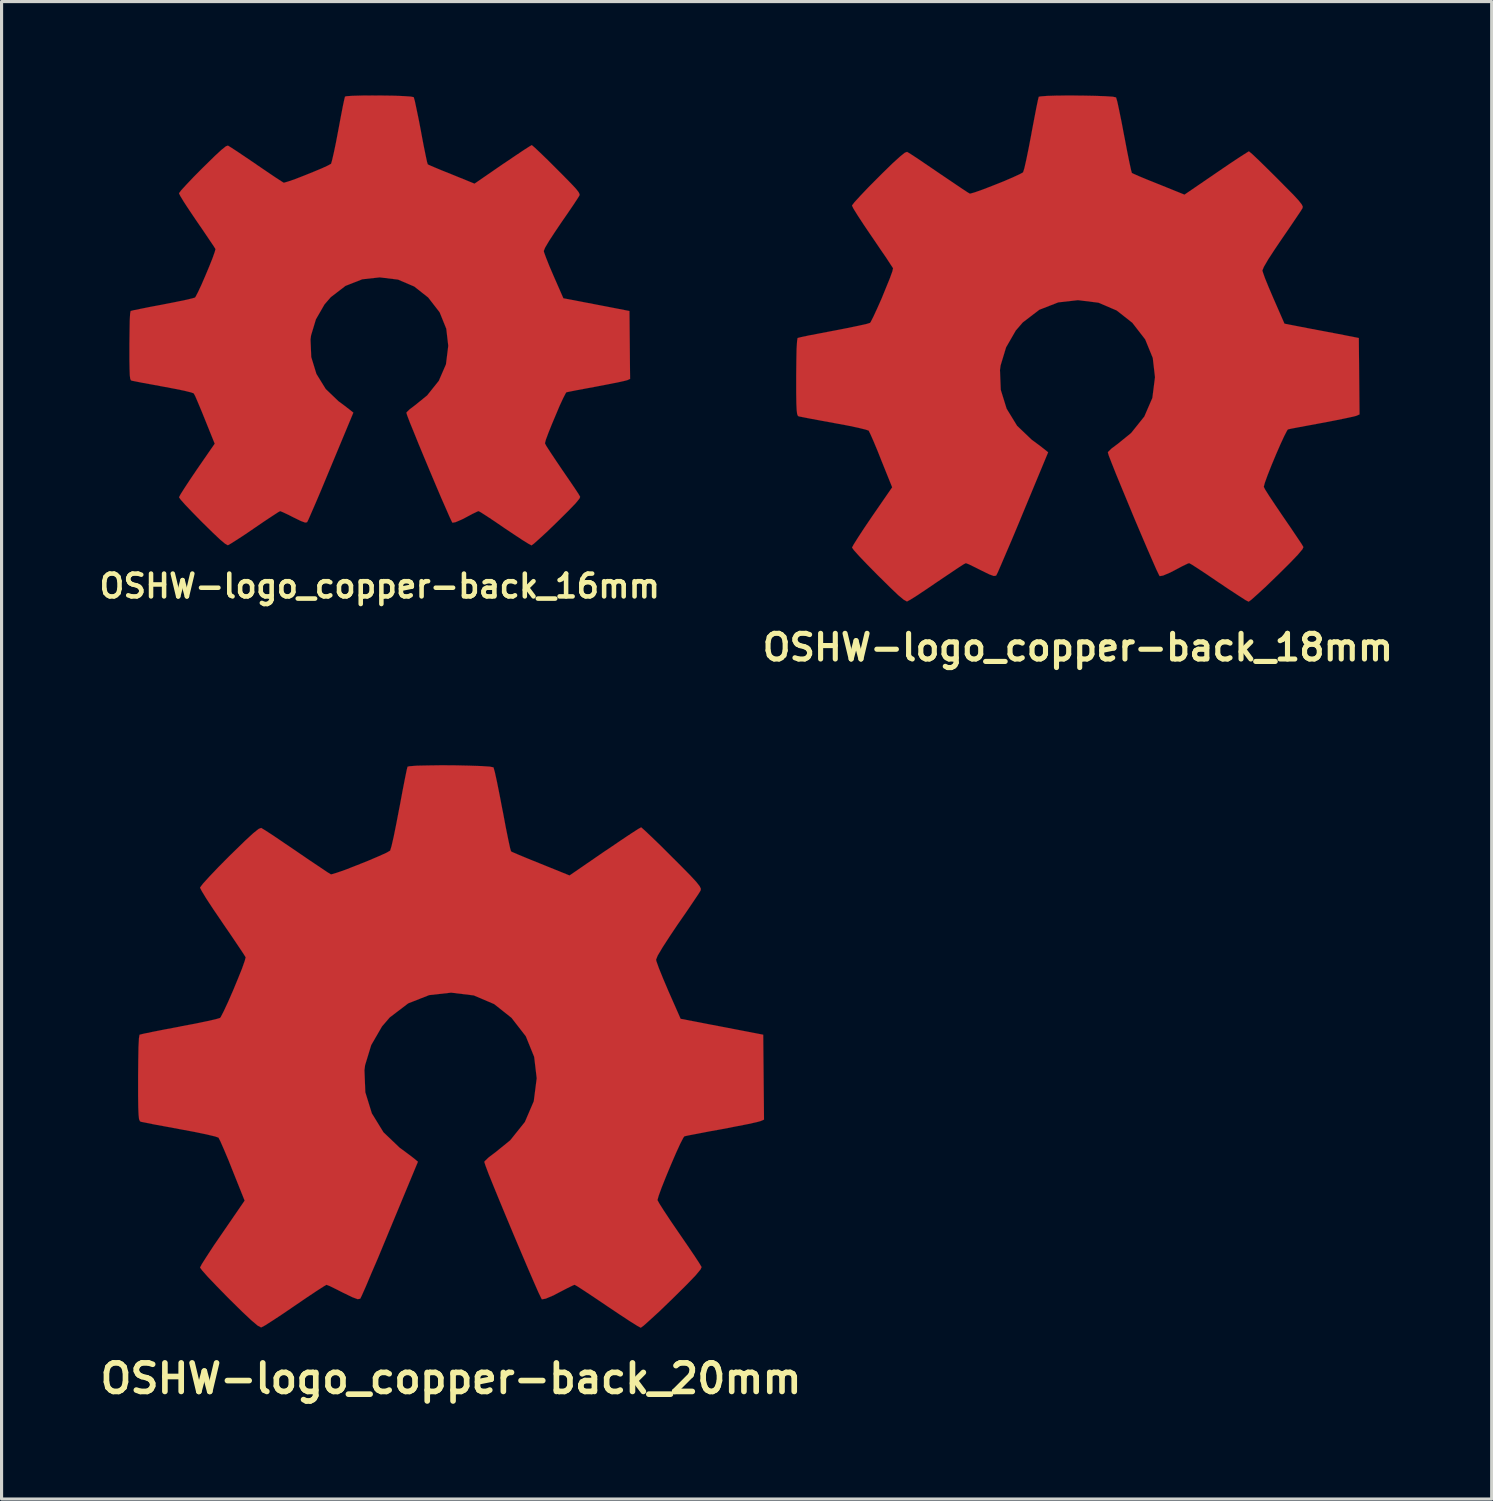
<source format=kicad_pcb>
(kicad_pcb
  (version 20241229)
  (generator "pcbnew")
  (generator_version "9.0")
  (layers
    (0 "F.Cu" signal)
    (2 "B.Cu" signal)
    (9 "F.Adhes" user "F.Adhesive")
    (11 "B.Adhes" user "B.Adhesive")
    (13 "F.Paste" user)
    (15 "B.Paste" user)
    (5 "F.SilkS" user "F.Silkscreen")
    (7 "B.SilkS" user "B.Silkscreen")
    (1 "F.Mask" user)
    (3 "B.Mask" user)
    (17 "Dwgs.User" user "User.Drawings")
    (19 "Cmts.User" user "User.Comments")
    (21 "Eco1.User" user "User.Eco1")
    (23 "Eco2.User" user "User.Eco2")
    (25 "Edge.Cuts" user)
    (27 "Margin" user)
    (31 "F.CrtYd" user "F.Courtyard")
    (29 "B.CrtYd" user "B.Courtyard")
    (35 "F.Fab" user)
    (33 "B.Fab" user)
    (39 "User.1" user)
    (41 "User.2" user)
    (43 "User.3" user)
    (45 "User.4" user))
  (footprint "OSHW-logo_copper-back_16mm"
    (layer "F.Cu")
    (at 9.083 7.189)
    (property "Reference" "OSHW-logo_copper-back_16mm" (at 0 8.486 0) (layer "F.SilkS") (effects (font (size 0.729 0.729) (thickness 0.145))))
    (attr through_hole)
    (fp_poly (pts (xy 4.849 7.186) (xy 4.765 7.142) (xy 4.577 7.026) (xy 4.31 6.85) (xy 3.995 6.64) (xy 3.68 6.424) (xy 3.419 6.251) (xy 3.236 6.134) (xy 3.16 6.091) (xy 3.119 6.104) (xy 2.967 6.177) (xy 2.751 6.292) (xy 2.624 6.358) (xy 2.423 6.444) (xy 2.324 6.462) (xy 2.306 6.434) (xy 2.233 6.281) (xy 2.118 6.017) (xy 1.966 5.672) (xy 1.793 5.265) (xy 1.608 4.826) (xy 1.422 4.381) (xy 1.245 3.955) (xy 1.09 3.571) (xy 0.963 3.261) (xy 0.881 3.045) (xy 0.851 2.951) (xy 0.861 2.931) (xy 0.96 2.835) (xy 1.135 2.703) (xy 1.514 2.395) (xy 1.887 1.928) (xy 2.116 1.4) (xy 2.189 0.81) (xy 2.126 0.264) (xy 1.913 -0.262) (xy 1.547 -0.734) (xy 1.102 -1.085) (xy 0.584 -1.306) (xy 0 -1.377) (xy -0.559 -1.316) (xy -1.095 -1.105) (xy -1.565 -0.744) (xy -1.765 -0.513) (xy -2.04 -0.036) (xy -2.195 0.478) (xy -2.212 0.607) (xy -2.189 1.168) (xy -2.024 1.707) (xy -1.727 2.189) (xy -1.316 2.583) (xy -1.262 2.621) (xy -1.072 2.764) (xy -0.945 2.863) (xy -0.843 2.944) (xy -1.56 4.666) (xy -1.674 4.94) (xy -1.869 5.41) (xy -2.042 5.817) (xy -2.182 6.139) (xy -2.276 6.355) (xy -2.319 6.441) (xy -2.324 6.447) (xy -2.385 6.457) (xy -2.517 6.408) (xy -2.756 6.292) (xy -2.916 6.21) (xy -3.099 6.124) (xy -3.183 6.091) (xy -3.251 6.129) (xy -3.426 6.243) (xy -3.683 6.413) (xy -3.99 6.622) (xy -4.282 6.822) (xy -4.554 7) (xy -4.752 7.125) (xy -4.846 7.178) (xy -4.862 7.178) (xy -4.945 7.13) (xy -5.1 7) (xy -5.334 6.779) (xy -5.667 6.452) (xy -5.718 6.401) (xy -5.989 6.124) (xy -6.213 5.89) (xy -6.36 5.725) (xy -6.413 5.649) (xy -6.365 5.555) (xy -6.241 5.359) (xy -6.063 5.088) (xy -5.845 4.765) (xy -5.273 3.937) (xy -5.588 3.155) (xy -5.685 2.916) (xy -5.806 2.626) (xy -5.895 2.418) (xy -5.944 2.329) (xy -6.027 2.299) (xy -6.243 2.245) (xy -6.553 2.182) (xy -6.921 2.113) (xy -7.275 2.047) (xy -7.595 1.989) (xy -7.823 1.943) (xy -7.927 1.923) (xy -7.953 1.908) (xy -7.973 1.857) (xy -7.986 1.75) (xy -7.993 1.554) (xy -7.998 1.252) (xy -7.998 0.81) (xy -7.998 0.762) (xy -7.993 0.34) (xy -7.988 0.005) (xy -7.976 -0.213) (xy -7.96 -0.3) (xy -7.96 -0.302) (xy -7.861 -0.328) (xy -7.635 -0.373) (xy -7.318 -0.437) (xy -6.937 -0.508) (xy -6.914 -0.513) (xy -6.535 -0.587) (xy -6.218 -0.653) (xy -5.997 -0.704) (xy -5.903 -0.732) (xy -5.883 -0.759) (xy -5.806 -0.907) (xy -5.697 -1.14) (xy -5.573 -1.427) (xy -5.448 -1.725) (xy -5.342 -1.991) (xy -5.271 -2.192) (xy -5.248 -2.281) (xy -5.25 -2.283) (xy -5.306 -2.375) (xy -5.438 -2.57) (xy -5.621 -2.842) (xy -5.842 -3.165) (xy -5.86 -3.19) (xy -6.076 -3.51) (xy -6.253 -3.78) (xy -6.37 -3.973) (xy -6.413 -4.059) (xy -6.413 -4.067) (xy -6.342 -4.161) (xy -6.177 -4.341) (xy -5.946 -4.585) (xy -5.664 -4.869) (xy -5.575 -4.956) (xy -5.265 -5.26) (xy -5.05 -5.458) (xy -4.915 -5.565) (xy -4.849 -5.588) (xy -4.846 -5.585) (xy -4.752 -5.527) (xy -4.549 -5.395) (xy -4.275 -5.21) (xy -3.95 -4.991) (xy -3.927 -4.973) (xy -3.609 -4.757) (xy -3.343 -4.577) (xy -3.152 -4.453) (xy -3.071 -4.402) (xy -3.056 -4.402) (xy -2.926 -4.44) (xy -2.697 -4.519) (xy -2.418 -4.628) (xy -2.123 -4.747) (xy -1.854 -4.859) (xy -1.651 -4.953) (xy -1.557 -5.006) (xy -1.554 -5.011) (xy -1.521 -5.126) (xy -1.466 -5.364) (xy -1.397 -5.695) (xy -1.323 -6.086) (xy -1.311 -6.149) (xy -1.24 -6.53) (xy -1.179 -6.845) (xy -1.133 -7.061) (xy -1.11 -7.153) (xy -1.057 -7.165) (xy -0.869 -7.178) (xy -0.587 -7.186) (xy -0.241 -7.188) (xy 0.122 -7.186) (xy 0.475 -7.181) (xy 0.777 -7.168) (xy 0.993 -7.153) (xy 1.082 -7.135) (xy 1.087 -7.13) (xy 1.12 -7.013) (xy 1.171 -6.772) (xy 1.24 -6.441) (xy 1.316 -6.048) (xy 1.328 -5.979) (xy 1.4 -5.598) (xy 1.463 -5.288) (xy 1.509 -5.072) (xy 1.534 -4.989) (xy 1.567 -4.971) (xy 1.725 -4.902) (xy 1.979 -4.796) (xy 2.296 -4.669) (xy 3.028 -4.371) (xy 3.924 -4.989) (xy 4.008 -5.044) (xy 4.331 -5.263) (xy 4.597 -5.441) (xy 4.783 -5.56) (xy 4.856 -5.603) (xy 4.864 -5.598) (xy 4.953 -5.522) (xy 5.131 -5.354) (xy 5.375 -5.118) (xy 5.657 -4.836) (xy 5.865 -4.628) (xy 6.114 -4.374) (xy 6.271 -4.206) (xy 6.355 -4.097) (xy 6.386 -4.031) (xy 6.378 -3.988) (xy 6.32 -3.896) (xy 6.19 -3.698) (xy 6.005 -3.426) (xy 5.786 -3.109) (xy 5.606 -2.842) (xy 5.41 -2.543) (xy 5.283 -2.327) (xy 5.24 -2.22) (xy 5.25 -2.177) (xy 5.314 -2.002) (xy 5.42 -1.735) (xy 5.555 -1.42) (xy 5.867 -0.709) (xy 6.335 -0.62) (xy 6.614 -0.566) (xy 7.01 -0.49) (xy 7.389 -0.417) (xy 7.978 -0.302) (xy 7.998 1.867) (xy 7.907 1.908) (xy 7.821 1.93) (xy 7.602 1.979) (xy 7.29 2.04) (xy 6.921 2.111) (xy 6.609 2.169) (xy 6.292 2.228) (xy 6.066 2.273) (xy 5.964 2.294) (xy 5.939 2.329) (xy 5.86 2.482) (xy 5.748 2.723) (xy 5.624 3.018) (xy 5.497 3.32) (xy 5.385 3.599) (xy 5.306 3.813) (xy 5.278 3.924) (xy 5.321 4.008) (xy 5.441 4.194) (xy 5.616 4.458) (xy 5.829 4.773) (xy 6.045 5.088) (xy 6.226 5.354) (xy 6.353 5.547) (xy 6.403 5.636) (xy 6.378 5.695) (xy 6.253 5.847) (xy 6.015 6.093) (xy 5.664 6.441) (xy 5.606 6.497) (xy 5.326 6.767) (xy 5.088 6.985) (xy 4.923 7.132) (xy 4.849 7.186)) (stroke (width 0.003) (type solid)) (fill yes) (layer "F.Cu")))
  (footprint "OSHW-logo_copper-back_18mm"
    (layer "F.Cu")
    (at 31.388 8.089)
    (property "Reference" "OSHW-logo_copper-back_18mm" (at 0 9.545 0) (layer "F.SilkS") (effects (font (size 0.82 0.82) (thickness 0.163))))
    (attr through_hole)
    (fp_poly (pts (xy 5.456 8.085) (xy 5.362 8.037) (xy 5.151 7.902) (xy 4.851 7.706) (xy 4.496 7.468) (xy 4.14 7.226) (xy 3.846 7.031) (xy 3.64 6.899) (xy 3.556 6.853) (xy 3.508 6.868) (xy 3.34 6.949) (xy 3.094 7.079) (xy 2.951 7.153) (xy 2.725 7.249) (xy 2.614 7.269) (xy 2.596 7.239) (xy 2.512 7.066) (xy 2.383 6.772) (xy 2.212 6.38) (xy 2.017 5.923) (xy 1.808 5.431) (xy 1.6 4.928) (xy 1.402 4.45) (xy 1.224 4.018) (xy 1.085 3.668) (xy 0.991 3.426) (xy 0.958 3.32) (xy 0.968 3.297) (xy 1.079 3.188) (xy 1.278 3.04) (xy 1.702 2.695) (xy 2.123 2.169) (xy 2.38 1.575) (xy 2.464 0.912) (xy 2.393 0.297) (xy 2.151 -0.295) (xy 1.74 -0.826) (xy 1.24 -1.219) (xy 0.658 -1.468) (xy 0.003 -1.549) (xy -0.627 -1.478) (xy -1.232 -1.242) (xy -1.76 -0.838) (xy -1.984 -0.579) (xy -2.294 -0.041) (xy -2.469 0.536) (xy -2.489 0.683) (xy -2.464 1.316) (xy -2.276 1.92) (xy -1.943 2.464) (xy -1.478 2.908) (xy -1.422 2.949) (xy -1.206 3.109) (xy -1.062 3.221) (xy -0.95 3.312) (xy -1.755 5.25) (xy -1.882 5.558) (xy -2.103 6.086) (xy -2.299 6.543) (xy -2.454 6.906) (xy -2.56 7.15) (xy -2.609 7.247) (xy -2.614 7.252) (xy -2.685 7.264) (xy -2.832 7.211) (xy -3.101 7.079) (xy -3.282 6.988) (xy -3.487 6.888) (xy -3.579 6.853) (xy -3.658 6.894) (xy -3.856 7.023) (xy -4.143 7.216) (xy -4.491 7.45) (xy -4.818 7.673) (xy -5.123 7.877) (xy -5.344 8.016) (xy -5.451 8.075) (xy -5.469 8.075) (xy -5.565 8.021) (xy -5.738 7.877) (xy -6.002 7.625) (xy -6.375 7.257) (xy -6.431 7.201) (xy -6.739 6.888) (xy -6.988 6.627) (xy -7.155 6.441) (xy -7.216 6.355) (xy -7.16 6.251) (xy -7.021 6.03) (xy -6.82 5.723) (xy -6.576 5.362) (xy -5.933 4.43) (xy -6.287 3.551) (xy -6.393 3.282) (xy -6.53 2.954) (xy -6.634 2.72) (xy -6.685 2.619) (xy -6.782 2.586) (xy -7.023 2.527) (xy -7.371 2.454) (xy -7.788 2.377) (xy -8.184 2.304) (xy -8.542 2.238) (xy -8.801 2.187) (xy -8.918 2.164) (xy -8.946 2.146) (xy -8.969 2.09) (xy -8.984 1.968) (xy -8.994 1.75) (xy -8.999 1.407) (xy -8.999 0.912) (xy -8.999 0.859) (xy -8.994 0.384) (xy -8.987 0.008) (xy -8.971 -0.241) (xy -8.956 -0.338) (xy -8.954 -0.34) (xy -8.844 -0.368) (xy -8.59 -0.422) (xy -8.232 -0.49) (xy -7.805 -0.572) (xy -7.777 -0.577) (xy -7.351 -0.66) (xy -6.995 -0.734) (xy -6.746 -0.79) (xy -6.64 -0.823) (xy -6.619 -0.853) (xy -6.533 -1.021) (xy -6.411 -1.285) (xy -6.269 -1.605) (xy -6.132 -1.941) (xy -6.01 -2.24) (xy -5.928 -2.466) (xy -5.905 -2.568) (xy -5.905 -2.57) (xy -5.972 -2.672) (xy -6.116 -2.893) (xy -6.325 -3.198) (xy -6.571 -3.561) (xy -6.591 -3.589) (xy -6.835 -3.95) (xy -7.033 -4.252) (xy -7.168 -4.47) (xy -7.216 -4.567) (xy -7.216 -4.575) (xy -7.135 -4.681) (xy -6.949 -4.884) (xy -6.688 -5.159) (xy -6.373 -5.476) (xy -6.274 -5.575) (xy -5.923 -5.918) (xy -5.679 -6.139) (xy -5.53 -6.259) (xy -5.456 -6.287) (xy -5.453 -6.284) (xy -5.344 -6.218) (xy -5.118 -6.071) (xy -4.811 -5.862) (xy -4.445 -5.613) (xy -4.42 -5.596) (xy -4.059 -5.352) (xy -3.759 -5.149) (xy -3.548 -5.009) (xy -3.454 -4.953) (xy -3.437 -4.953) (xy -3.292 -4.994) (xy -3.035 -5.085) (xy -2.72 -5.207) (xy -2.388 -5.339) (xy -2.085 -5.469) (xy -1.859 -5.573) (xy -1.753 -5.631) (xy -1.75 -5.636) (xy -1.709 -5.766) (xy -1.648 -6.035) (xy -1.572 -6.406) (xy -1.488 -6.845) (xy -1.476 -6.916) (xy -1.394 -7.346) (xy -1.326 -7.701) (xy -1.275 -7.945) (xy -1.25 -8.047) (xy -1.189 -8.059) (xy -0.978 -8.075) (xy -0.66 -8.085) (xy -0.272 -8.087) (xy 0.137 -8.085) (xy 0.533 -8.077) (xy 0.874 -8.065) (xy 1.118 -8.049) (xy 1.219 -8.026) (xy 1.222 -8.021) (xy 1.26 -7.889) (xy 1.318 -7.62) (xy 1.394 -7.247) (xy 1.478 -6.805) (xy 1.494 -6.726) (xy 1.575 -6.299) (xy 1.646 -5.949) (xy 1.699 -5.707) (xy 1.725 -5.613) (xy 1.765 -5.593) (xy 1.941 -5.514) (xy 2.228 -5.395) (xy 2.583 -5.253) (xy 3.406 -4.92) (xy 4.417 -5.611) (xy 4.508 -5.674) (xy 4.872 -5.921) (xy 5.171 -6.119) (xy 5.38 -6.253) (xy 5.464 -6.304) (xy 5.471 -6.299) (xy 5.573 -6.213) (xy 5.773 -6.025) (xy 6.045 -5.758) (xy 6.365 -5.441) (xy 6.599 -5.204) (xy 6.878 -4.923) (xy 7.054 -4.732) (xy 7.15 -4.61) (xy 7.186 -4.536) (xy 7.176 -4.486) (xy 7.112 -4.384) (xy 6.962 -4.161) (xy 6.754 -3.853) (xy 6.51 -3.498) (xy 6.307 -3.198) (xy 6.086 -2.86) (xy 5.944 -2.616) (xy 5.895 -2.499) (xy 5.908 -2.449) (xy 5.977 -2.253) (xy 6.099 -1.953) (xy 6.251 -1.598) (xy 6.601 -0.798) (xy 7.125 -0.696) (xy 7.442 -0.635) (xy 7.887 -0.551) (xy 8.313 -0.47) (xy 8.976 -0.34) (xy 8.999 2.101) (xy 8.898 2.146) (xy 8.799 2.172) (xy 8.552 2.225) (xy 8.202 2.296) (xy 7.788 2.375) (xy 7.435 2.441) (xy 7.079 2.507) (xy 6.825 2.555) (xy 6.711 2.581) (xy 6.683 2.619) (xy 6.594 2.791) (xy 6.467 3.066) (xy 6.325 3.393) (xy 6.182 3.736) (xy 6.058 4.051) (xy 5.972 4.29) (xy 5.939 4.415) (xy 5.987 4.508) (xy 6.119 4.717) (xy 6.317 5.014) (xy 6.558 5.37) (xy 6.8 5.723) (xy 7.003 6.025) (xy 7.148 6.241) (xy 7.206 6.34) (xy 7.176 6.408) (xy 7.033 6.579) (xy 6.769 6.855) (xy 6.373 7.247) (xy 6.307 7.31) (xy 5.992 7.615) (xy 5.725 7.859) (xy 5.54 8.024) (xy 5.456 8.085)) (stroke (width 0.003) (type solid)) (fill yes) (layer "F.Cu")))
  (footprint "OSHW-logo_copper-back_20mm"
    (layer "F.Cu")
    (at 11.36 30.387)
    (property "Reference" "OSHW-logo_copper-back_20mm" (at 0 10.607 0) (layer "F.SilkS") (effects (font (size 0.912 0.912) (thickness 0.18))))
    (attr through_hole)
    (fp_poly (pts (xy 6.063 8.984) (xy 5.959 8.928) (xy 5.723 8.781) (xy 5.39 8.562) (xy 4.996 8.298) (xy 4.6 8.031) (xy 4.272 7.813) (xy 4.046 7.666) (xy 3.95 7.612) (xy 3.899 7.63) (xy 3.711 7.722) (xy 3.437 7.864) (xy 3.279 7.948) (xy 3.028 8.054) (xy 2.903 8.077) (xy 2.883 8.042) (xy 2.791 7.851) (xy 2.647 7.523) (xy 2.459 7.089) (xy 2.243 6.581) (xy 2.012 6.035) (xy 1.778 5.476) (xy 1.557 4.943) (xy 1.361 4.465) (xy 1.204 4.077) (xy 1.102 3.805) (xy 1.064 3.688) (xy 1.074 3.665) (xy 1.201 3.543) (xy 1.42 3.378) (xy 1.892 2.995) (xy 2.36 2.41) (xy 2.644 1.748) (xy 2.738 1.013) (xy 2.657 0.33) (xy 2.39 -0.328) (xy 1.933 -0.917) (xy 1.379 -1.356) (xy 0.729 -1.633) (xy 0.003 -1.722) (xy -0.699 -1.643) (xy -1.369 -1.379) (xy -1.958 -0.93) (xy -2.205 -0.643) (xy -2.55 -0.046) (xy -2.746 0.597) (xy -2.766 0.759) (xy -2.738 1.46) (xy -2.53 2.134) (xy -2.159 2.738) (xy -1.643 3.231) (xy -1.58 3.277) (xy -1.341 3.454) (xy -1.181 3.576) (xy -1.057 3.68) (xy -1.951 5.832) (xy -2.093 6.175) (xy -2.337 6.764) (xy -2.555 7.269) (xy -2.725 7.673) (xy -2.845 7.943) (xy -2.898 8.052) (xy -2.903 8.057) (xy -2.982 8.072) (xy -3.147 8.011) (xy -3.447 7.866) (xy -3.645 7.765) (xy -3.873 7.653) (xy -3.978 7.612) (xy -4.064 7.661) (xy -4.285 7.803) (xy -4.605 8.016) (xy -4.989 8.278) (xy -5.354 8.527) (xy -5.692 8.75) (xy -5.939 8.908) (xy -6.058 8.971) (xy -6.076 8.971) (xy -6.182 8.913) (xy -6.375 8.75) (xy -6.67 8.473) (xy -7.084 8.065) (xy -7.148 8.001) (xy -7.488 7.653) (xy -7.765 7.363) (xy -7.95 7.155) (xy -8.019 7.061) (xy -7.958 6.944) (xy -7.803 6.701) (xy -7.579 6.358) (xy -7.305 5.959) (xy -6.594 4.923) (xy -6.985 3.945) (xy -7.104 3.645) (xy -7.257 3.282) (xy -7.371 3.023) (xy -7.429 2.911) (xy -7.536 2.873) (xy -7.803 2.809) (xy -8.191 2.728) (xy -8.654 2.642) (xy -9.093 2.56) (xy -9.492 2.487) (xy -9.779 2.428) (xy -9.909 2.403) (xy -9.939 2.385) (xy -9.967 2.322) (xy -9.982 2.187) (xy -9.992 1.946) (xy -9.997 1.565) (xy -9.997 1.013) (xy -9.997 0.953) (xy -9.992 0.427) (xy -9.985 0.008) (xy -9.97 -0.269) (xy -9.952 -0.376) (xy -9.949 -0.378) (xy -9.825 -0.409) (xy -9.545 -0.467) (xy -9.147 -0.546) (xy -8.672 -0.635) (xy -8.644 -0.643) (xy -8.169 -0.732) (xy -7.772 -0.815) (xy -7.496 -0.879) (xy -7.379 -0.914) (xy -7.353 -0.95) (xy -7.259 -1.133) (xy -7.122 -1.427) (xy -6.965 -1.786) (xy -6.812 -2.156) (xy -6.678 -2.489) (xy -6.589 -2.741) (xy -6.561 -2.852) (xy -6.563 -2.855) (xy -6.634 -2.969) (xy -6.797 -3.213) (xy -7.026 -3.553) (xy -7.303 -3.957) (xy -7.323 -3.988) (xy -7.595 -4.387) (xy -7.816 -4.724) (xy -7.963 -4.966) (xy -8.019 -5.075) (xy -8.016 -5.083) (xy -7.927 -5.202) (xy -7.722 -5.428) (xy -7.432 -5.733) (xy -7.082 -6.086) (xy -6.97 -6.195) (xy -6.581 -6.574) (xy -6.312 -6.822) (xy -6.144 -6.955) (xy -6.063 -6.985) (xy -6.06 -6.982) (xy -5.939 -6.909) (xy -5.687 -6.746) (xy -5.344 -6.513) (xy -4.938 -6.238) (xy -4.91 -6.218) (xy -4.511 -5.946) (xy -4.178 -5.723) (xy -3.942 -5.565) (xy -3.838 -5.502) (xy -3.82 -5.502) (xy -3.658 -5.55) (xy -3.373 -5.649) (xy -3.023 -5.786) (xy -2.654 -5.933) (xy -2.319 -6.076) (xy -2.065 -6.19) (xy -1.946 -6.259) (xy -1.943 -6.264) (xy -1.9 -6.406) (xy -1.831 -6.706) (xy -1.748 -7.117) (xy -1.654 -7.607) (xy -1.638 -7.686) (xy -1.549 -8.164) (xy -1.473 -8.555) (xy -1.417 -8.829) (xy -1.389 -8.941) (xy -1.323 -8.956) (xy -1.087 -8.974) (xy -0.732 -8.981) (xy -0.302 -8.987) (xy 0.152 -8.984) (xy 0.594 -8.974) (xy 0.973 -8.961) (xy 1.242 -8.943) (xy 1.354 -8.92) (xy 1.359 -8.913) (xy 1.4 -8.766) (xy 1.466 -8.466) (xy 1.549 -8.052) (xy 1.643 -7.562) (xy 1.661 -7.475) (xy 1.75 -7) (xy 1.829 -6.609) (xy 1.887 -6.342) (xy 1.918 -6.236) (xy 1.961 -6.213) (xy 2.156 -6.129) (xy 2.474 -5.997) (xy 2.87 -5.837) (xy 3.787 -5.466) (xy 4.907 -6.236) (xy 5.011 -6.304) (xy 5.415 -6.579) (xy 5.745 -6.8) (xy 5.977 -6.949) (xy 6.073 -7.003) (xy 6.081 -7) (xy 6.193 -6.901) (xy 6.413 -6.693) (xy 6.718 -6.398) (xy 7.071 -6.045) (xy 7.333 -5.784) (xy 7.643 -5.469) (xy 7.838 -5.258) (xy 7.945 -5.121) (xy 7.983 -5.039) (xy 7.973 -4.983) (xy 7.902 -4.869) (xy 7.737 -4.623) (xy 7.506 -4.282) (xy 7.231 -3.886) (xy 7.008 -3.553) (xy 6.764 -3.178) (xy 6.604 -2.908) (xy 6.551 -2.776) (xy 6.563 -2.723) (xy 6.642 -2.502) (xy 6.777 -2.169) (xy 6.944 -1.775) (xy 7.336 -0.886) (xy 7.917 -0.775) (xy 8.27 -0.706) (xy 8.763 -0.612) (xy 9.235 -0.521) (xy 9.975 -0.378) (xy 10 2.334) (xy 9.886 2.383) (xy 9.776 2.413) (xy 9.502 2.474) (xy 9.114 2.55) (xy 8.654 2.639) (xy 8.26 2.71) (xy 7.866 2.786) (xy 7.582 2.84) (xy 7.457 2.868) (xy 7.424 2.911) (xy 7.325 3.101) (xy 7.186 3.406) (xy 7.028 3.772) (xy 6.871 4.15) (xy 6.731 4.501) (xy 6.634 4.768) (xy 6.596 4.905) (xy 6.652 5.009) (xy 6.8 5.243) (xy 7.018 5.573) (xy 7.287 5.966) (xy 7.556 6.358) (xy 7.783 6.693) (xy 7.94 6.934) (xy 8.006 7.046) (xy 7.973 7.12) (xy 7.816 7.31) (xy 7.521 7.617) (xy 7.079 8.054) (xy 7.008 8.123) (xy 6.657 8.461) (xy 6.36 8.733) (xy 6.154 8.918) (xy 6.063 8.984)) (stroke (width 0.003) (type solid)) (fill yes) (layer "F.Cu")))
  (gr_rect
    (start -3 -3)
    (end 44.609 44.844)
    (stroke (width 0.1) (type default))
    (fill no)
    (layer "Edge.Cuts")))
</source>
